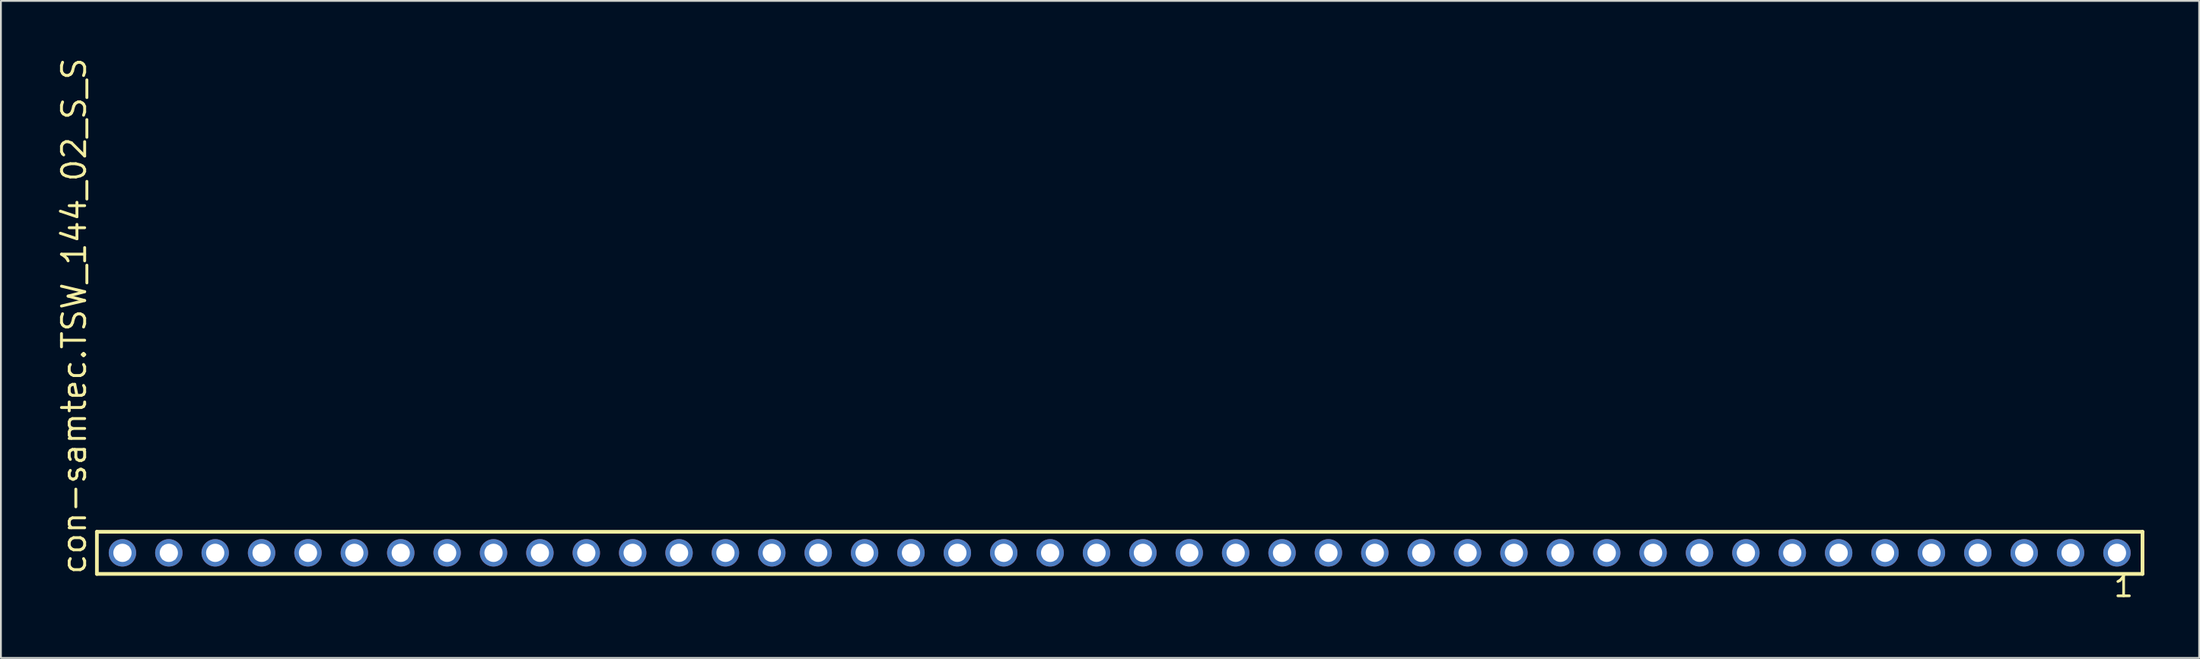
<source format=kicad_pcb>
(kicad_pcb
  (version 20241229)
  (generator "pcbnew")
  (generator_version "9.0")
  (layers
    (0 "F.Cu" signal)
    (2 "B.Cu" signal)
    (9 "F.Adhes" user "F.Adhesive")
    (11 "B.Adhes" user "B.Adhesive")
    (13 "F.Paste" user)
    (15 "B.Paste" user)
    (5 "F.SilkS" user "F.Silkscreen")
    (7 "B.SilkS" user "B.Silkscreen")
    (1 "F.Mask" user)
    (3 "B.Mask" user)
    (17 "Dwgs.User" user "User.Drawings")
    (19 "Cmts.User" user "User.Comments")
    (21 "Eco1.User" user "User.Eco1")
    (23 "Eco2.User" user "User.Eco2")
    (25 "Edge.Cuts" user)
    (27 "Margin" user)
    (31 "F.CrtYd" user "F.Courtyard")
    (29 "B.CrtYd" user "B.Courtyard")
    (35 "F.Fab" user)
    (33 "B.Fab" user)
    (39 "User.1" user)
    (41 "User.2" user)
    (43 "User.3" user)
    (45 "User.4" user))
  (footprint "con-samtec.TSW_144_02_S_S"
    (layer "F.Cu")
    (at 58.265 27.259)
    (property "Reference" "con-samtec.TSW_144_02_S_S" (at -56.515 1.27 90) (layer "F.SilkS") (effects (font (size 1.27 1.27) (thickness 0.16)) (justify left bottom)))
    (attr through_hole)
    (fp_line (start -56.009 -1.155) (end 56.009 -1.155) (stroke (width 0.203) (type default)) (layer "F.SilkS"))
    (fp_line (start -56.009 1.155) (end -56.009 -1.155) (stroke (width 0.203) (type default)) (layer "F.SilkS"))
    (fp_line (start 56.009 -1.155) (end 56.009 1.155) (stroke (width 0.203) (type default)) (layer "F.SilkS"))
    (fp_line (start 56.009 1.155) (end -56.009 1.155) (stroke (width 0.203) (type default)) (layer "F.SilkS"))
    (fp_rect (start -54.96 0.35) (end -54.26 -0.35) (stroke (width 0.05) (type default)) (fill no) (layer "F.Fab"))
    (fp_rect (start -52.42 0.35) (end -51.72 -0.35) (stroke (width 0.05) (type default)) (fill no) (layer "F.Fab"))
    (fp_rect (start -49.88 0.35) (end -49.18 -0.35) (stroke (width 0.05) (type default)) (fill no) (layer "F.Fab"))
    (fp_rect (start -47.34 0.35) (end -46.64 -0.35) (stroke (width 0.05) (type default)) (fill no) (layer "F.Fab"))
    (fp_rect (start -44.8 0.35) (end -44.1 -0.35) (stroke (width 0.05) (type default)) (fill no) (layer "F.Fab"))
    (fp_rect (start -42.26 0.35) (end -41.56 -0.35) (stroke (width 0.05) (type default)) (fill no) (layer "F.Fab"))
    (fp_rect (start -39.72 0.35) (end -39.02 -0.35) (stroke (width 0.05) (type default)) (fill no) (layer "F.Fab"))
    (fp_rect (start -37.18 0.35) (end -36.48 -0.35) (stroke (width 0.05) (type default)) (fill no) (layer "F.Fab"))
    (fp_rect (start -34.64 0.35) (end -33.94 -0.35) (stroke (width 0.05) (type default)) (fill no) (layer "F.Fab"))
    (fp_rect (start -32.1 0.35) (end -31.4 -0.35) (stroke (width 0.05) (type default)) (fill no) (layer "F.Fab"))
    (fp_rect (start -29.56 0.35) (end -28.86 -0.35) (stroke (width 0.05) (type default)) (fill no) (layer "F.Fab"))
    (fp_rect (start -27.02 0.35) (end -26.32 -0.35) (stroke (width 0.05) (type default)) (fill no) (layer "F.Fab"))
    (fp_rect (start -24.48 0.35) (end -23.78 -0.35) (stroke (width 0.05) (type default)) (fill no) (layer "F.Fab"))
    (fp_rect (start -21.94 0.35) (end -21.24 -0.35) (stroke (width 0.05) (type default)) (fill no) (layer "F.Fab"))
    (fp_rect (start -19.4 0.35) (end -18.7 -0.35) (stroke (width 0.05) (type default)) (fill no) (layer "F.Fab"))
    (fp_rect (start -16.86 0.35) (end -16.16 -0.35) (stroke (width 0.05) (type default)) (fill no) (layer "F.Fab"))
    (fp_rect (start -14.32 0.35) (end -13.62 -0.35) (stroke (width 0.05) (type default)) (fill no) (layer "F.Fab"))
    (fp_rect (start -11.78 0.35) (end -11.08 -0.35) (stroke (width 0.05) (type default)) (fill no) (layer "F.Fab"))
    (fp_rect (start -9.24 0.35) (end -8.54 -0.35) (stroke (width 0.05) (type default)) (fill no) (layer "F.Fab"))
    (fp_rect (start -6.7 0.35) (end -6 -0.35) (stroke (width 0.05) (type default)) (fill no) (layer "F.Fab"))
    (fp_rect (start -4.16 0.35) (end -3.46 -0.35) (stroke (width 0.05) (type default)) (fill no) (layer "F.Fab"))
    (fp_rect (start -1.62 0.35) (end -0.92 -0.35) (stroke (width 0.05) (type default)) (fill no) (layer "F.Fab"))
    (fp_rect (start 0.92 0.35) (end 1.62 -0.35) (stroke (width 0.05) (type default)) (fill no) (layer "F.Fab"))
    (fp_rect (start 3.46 0.35) (end 4.16 -0.35) (stroke (width 0.05) (type default)) (fill no) (layer "F.Fab"))
    (fp_rect (start 6 0.35) (end 6.7 -0.35) (stroke (width 0.05) (type default)) (fill no) (layer "F.Fab"))
    (fp_rect (start 8.54 0.35) (end 9.24 -0.35) (stroke (width 0.05) (type default)) (fill no) (layer "F.Fab"))
    (fp_rect (start 11.08 0.35) (end 11.78 -0.35) (stroke (width 0.05) (type default)) (fill no) (layer "F.Fab"))
    (fp_rect (start 13.62 0.35) (end 14.32 -0.35) (stroke (width 0.05) (type default)) (fill no) (layer "F.Fab"))
    (fp_rect (start 16.16 0.35) (end 16.86 -0.35) (stroke (width 0.05) (type default)) (fill no) (layer "F.Fab"))
    (fp_rect (start 18.7 0.35) (end 19.4 -0.35) (stroke (width 0.05) (type default)) (fill no) (layer "F.Fab"))
    (fp_rect (start 21.24 0.35) (end 21.94 -0.35) (stroke (width 0.05) (type default)) (fill no) (layer "F.Fab"))
    (fp_rect (start 23.78 0.35) (end 24.48 -0.35) (stroke (width 0.05) (type default)) (fill no) (layer "F.Fab"))
    (fp_rect (start 26.32 0.35) (end 27.02 -0.35) (stroke (width 0.05) (type default)) (fill no) (layer "F.Fab"))
    (fp_rect (start 28.86 0.35) (end 29.56 -0.35) (stroke (width 0.05) (type default)) (fill no) (layer "F.Fab"))
    (fp_rect (start 31.4 0.35) (end 32.1 -0.35) (stroke (width 0.05) (type default)) (fill no) (layer "F.Fab"))
    (fp_rect (start 33.94 0.35) (end 34.64 -0.35) (stroke (width 0.05) (type default)) (fill no) (layer "F.Fab"))
    (fp_rect (start 36.48 0.35) (end 37.18 -0.35) (stroke (width 0.05) (type default)) (fill no) (layer "F.Fab"))
    (fp_rect (start 39.02 0.35) (end 39.72 -0.35) (stroke (width 0.05) (type default)) (fill no) (layer "F.Fab"))
    (fp_rect (start 41.56 0.35) (end 42.26 -0.35) (stroke (width 0.05) (type default)) (fill no) (layer "F.Fab"))
    (fp_rect (start 44.1 0.35) (end 44.8 -0.35) (stroke (width 0.05) (type default)) (fill no) (layer "F.Fab"))
    (fp_rect (start 46.64 0.35) (end 47.34 -0.35) (stroke (width 0.05) (type default)) (fill no) (layer "F.Fab"))
    (fp_rect (start 49.18 0.35) (end 49.88 -0.35) (stroke (width 0.05) (type default)) (fill no) (layer "F.Fab"))
    (fp_rect (start 51.72 0.35) (end 52.42 -0.35) (stroke (width 0.05) (type default)) (fill no) (layer "F.Fab"))
    (fp_rect (start 54.26 0.35) (end 54.96 -0.35) (stroke (width 0.05) (type default)) (fill no) (layer "F.Fab"))
    (fp_text user "1" (at 54.352 2.498 0) (layer "F.SilkS") (effects (font (size 1.1 1.1) (thickness 0.15)) (justify left bottom)))
    (pad "1" thru_hole circle (at 54.61 0 180) (size 1.5 1.5) (drill 1) (layers "*.Cu" "*.Mask"))
    (pad "2" thru_hole circle (at 52.07 0 180) (size 1.5 1.5) (drill 1) (layers "*.Cu" "*.Mask"))
    (pad "3" thru_hole circle (at 49.53 0 180) (size 1.5 1.5) (drill 1) (layers "*.Cu" "*.Mask"))
    (pad "4" thru_hole circle (at 46.99 0 180) (size 1.5 1.5) (drill 1) (layers "*.Cu" "*.Mask"))
    (pad "5" thru_hole circle (at 44.45 0 180) (size 1.5 1.5) (drill 1) (layers "*.Cu" "*.Mask"))
    (pad "6" thru_hole circle (at 41.91 0 180) (size 1.5 1.5) (drill 1) (layers "*.Cu" "*.Mask"))
    (pad "7" thru_hole circle (at 39.37 0 180) (size 1.5 1.5) (drill 1) (layers "*.Cu" "*.Mask"))
    (pad "8" thru_hole circle (at 36.83 0 180) (size 1.5 1.5) (drill 1) (layers "*.Cu" "*.Mask"))
    (pad "9" thru_hole circle (at 34.29 0 180) (size 1.5 1.5) (drill 1) (layers "*.Cu" "*.Mask"))
    (pad "10" thru_hole circle (at 31.75 0 180) (size 1.5 1.5) (drill 1) (layers "*.Cu" "*.Mask"))
    (pad "11" thru_hole circle (at 29.21 0 180) (size 1.5 1.5) (drill 1) (layers "*.Cu" "*.Mask"))
    (pad "12" thru_hole circle (at 26.67 0 180) (size 1.5 1.5) (drill 1) (layers "*.Cu" "*.Mask"))
    (pad "13" thru_hole circle (at 24.13 0 180) (size 1.5 1.5) (drill 1) (layers "*.Cu" "*.Mask"))
    (pad "14" thru_hole circle (at 21.59 0 180) (size 1.5 1.5) (drill 1) (layers "*.Cu" "*.Mask"))
    (pad "15" thru_hole circle (at 19.05 0 180) (size 1.5 1.5) (drill 1) (layers "*.Cu" "*.Mask"))
    (pad "16" thru_hole circle (at 16.51 0 180) (size 1.5 1.5) (drill 1) (layers "*.Cu" "*.Mask"))
    (pad "17" thru_hole circle (at 13.97 0 180) (size 1.5 1.5) (drill 1) (layers "*.Cu" "*.Mask"))
    (pad "18" thru_hole circle (at 11.43 0 180) (size 1.5 1.5) (drill 1) (layers "*.Cu" "*.Mask"))
    (pad "19" thru_hole circle (at 8.89 0 180) (size 1.5 1.5) (drill 1) (layers "*.Cu" "*.Mask"))
    (pad "20" thru_hole circle (at 6.35 0 180) (size 1.5 1.5) (drill 1) (layers "*.Cu" "*.Mask"))
    (pad "21" thru_hole circle (at 3.81 0 180) (size 1.5 1.5) (drill 1) (layers "*.Cu" "*.Mask"))
    (pad "22" thru_hole circle (at 1.27 0 180) (size 1.5 1.5) (drill 1) (layers "*.Cu" "*.Mask"))
    (pad "23" thru_hole circle (at -1.27 0 180) (size 1.5 1.5) (drill 1) (layers "*.Cu" "*.Mask"))
    (pad "24" thru_hole circle (at -3.81 0 180) (size 1.5 1.5) (drill 1) (layers "*.Cu" "*.Mask"))
    (pad "25" thru_hole circle (at -6.35 0 180) (size 1.5 1.5) (drill 1) (layers "*.Cu" "*.Mask"))
    (pad "26" thru_hole circle (at -8.89 0 180) (size 1.5 1.5) (drill 1) (layers "*.Cu" "*.Mask"))
    (pad "27" thru_hole circle (at -11.43 0 180) (size 1.5 1.5) (drill 1) (layers "*.Cu" "*.Mask"))
    (pad "28" thru_hole circle (at -13.97 0 180) (size 1.5 1.5) (drill 1) (layers "*.Cu" "*.Mask"))
    (pad "29" thru_hole circle (at -16.51 0 180) (size 1.5 1.5) (drill 1) (layers "*.Cu" "*.Mask"))
    (pad "30" thru_hole circle (at -19.05 0 180) (size 1.5 1.5) (drill 1) (layers "*.Cu" "*.Mask"))
    (pad "31" thru_hole circle (at -21.59 0 180) (size 1.5 1.5) (drill 1) (layers "*.Cu" "*.Mask"))
    (pad "32" thru_hole circle (at -24.13 0 180) (size 1.5 1.5) (drill 1) (layers "*.Cu" "*.Mask"))
    (pad "33" thru_hole circle (at -26.67 0 180) (size 1.5 1.5) (drill 1) (layers "*.Cu" "*.Mask"))
    (pad "34" thru_hole circle (at -29.21 0 180) (size 1.5 1.5) (drill 1) (layers "*.Cu" "*.Mask"))
    (pad "35" thru_hole circle (at -31.75 0 180) (size 1.5 1.5) (drill 1) (layers "*.Cu" "*.Mask"))
    (pad "36" thru_hole circle (at -34.29 0 180) (size 1.5 1.5) (drill 1) (layers "*.Cu" "*.Mask"))
    (pad "37" thru_hole circle (at -36.83 0 180) (size 1.5 1.5) (drill 1) (layers "*.Cu" "*.Mask"))
    (pad "38" thru_hole circle (at -39.37 0 180) (size 1.5 1.5) (drill 1) (layers "*.Cu" "*.Mask"))
    (pad "39" thru_hole circle (at -41.91 0 180) (size 1.5 1.5) (drill 1) (layers "*.Cu" "*.Mask"))
    (pad "40" thru_hole circle (at -44.45 0 180) (size 1.5 1.5) (drill 1) (layers "*.Cu" "*.Mask"))
    (pad "41" thru_hole circle (at -46.99 0 180) (size 1.5 1.5) (drill 1) (layers "*.Cu" "*.Mask"))
    (pad "42" thru_hole circle (at -49.53 0 180) (size 1.5 1.5) (drill 1) (layers "*.Cu" "*.Mask"))
    (pad "43" thru_hole circle (at -52.07 0 180) (size 1.5 1.5) (drill 1) (layers "*.Cu" "*.Mask"))
    (pad "44" thru_hole circle (at -54.61 0 180) (size 1.5 1.5) (drill 1) (layers "*.Cu" "*.Mask")))
  (gr_rect
    (start -3 -3)
    (end 117.376 33.02)
    (stroke (width 0.1) (type default))
    (fill no)
    (layer "Edge.Cuts")))
</source>
